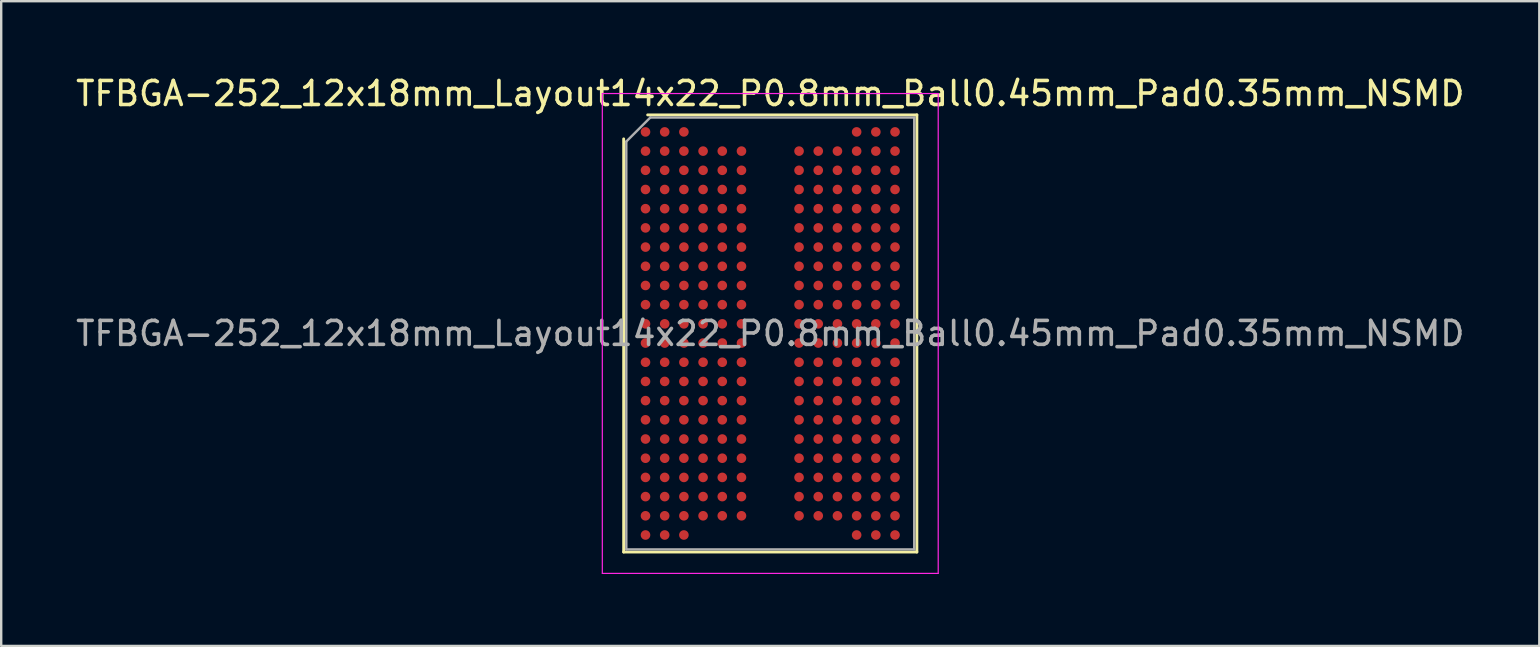
<source format=kicad_pcb>
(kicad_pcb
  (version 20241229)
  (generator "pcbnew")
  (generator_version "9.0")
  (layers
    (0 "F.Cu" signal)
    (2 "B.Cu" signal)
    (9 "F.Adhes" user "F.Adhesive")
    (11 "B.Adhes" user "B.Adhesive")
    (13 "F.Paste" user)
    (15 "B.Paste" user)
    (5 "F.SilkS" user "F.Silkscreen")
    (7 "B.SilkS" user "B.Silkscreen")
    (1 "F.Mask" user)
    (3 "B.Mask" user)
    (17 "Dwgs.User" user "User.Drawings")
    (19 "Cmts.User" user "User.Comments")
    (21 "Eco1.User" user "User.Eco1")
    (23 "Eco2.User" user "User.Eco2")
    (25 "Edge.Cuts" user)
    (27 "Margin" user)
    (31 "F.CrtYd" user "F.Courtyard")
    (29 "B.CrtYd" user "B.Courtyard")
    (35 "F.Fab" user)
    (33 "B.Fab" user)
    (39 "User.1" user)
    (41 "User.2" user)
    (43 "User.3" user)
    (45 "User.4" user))
  (footprint "TFBGA-252_12x18mm_Layout14x22_P0.8mm_Ball0.45mm_Pad0.35mm_NSMD"
    (layer "F.Cu")
    (at 29.054 10.848)
    (property "Reference" "TFBGA-252_12x18mm_Layout14x22_P0.8mm_Ball0.45mm_Pad0.35mm_NSMD" (at 0 -10 0) (layer "F.SilkS") (effects (font (size 1 1) (thickness 0.15))))
    (attr smd)
    (fp_line (start -6.11 9.11) (end -6.11 -8.11) (stroke (width 0.12) (type solid)) (layer "F.SilkS"))
    (fp_line (start -5.11 -9.11) (end 6.11 -9.11) (stroke (width 0.12) (type solid)) (layer "F.SilkS"))
    (fp_line (start 6.11 -9.11) (end 6.11 9.11) (stroke (width 0.12) (type solid)) (layer "F.SilkS"))
    (fp_line (start 6.11 9.11) (end -6.11 9.11) (stroke (width 0.12) (type solid)) (layer "F.SilkS"))
    (fp_line (start -7 -10) (end -7 10) (stroke (width 0.05) (type solid)) (layer "F.CrtYd"))
    (fp_line (start -7 10) (end 7 10) (stroke (width 0.05) (type solid)) (layer "F.CrtYd"))
    (fp_line (start 7 -10) (end -7 -10) (stroke (width 0.05) (type solid)) (layer "F.CrtYd"))
    (fp_line (start 7 10) (end 7 -10) (stroke (width 0.05) (type solid)) (layer "F.CrtYd"))
    (fp_line (start -6 -8) (end -5 -9) (stroke (width 0.1) (type solid)) (layer "F.Fab"))
    (fp_line (start -6 9) (end -6 -8) (stroke (width 0.1) (type solid)) (layer "F.Fab"))
    (fp_line (start -5 -9) (end 6 -9) (stroke (width 0.1) (type solid)) (layer "F.Fab"))
    (fp_line (start 6 -9) (end 6 9) (stroke (width 0.1) (type solid)) (layer "F.Fab"))
    (fp_line (start 6 9) (end -6 9) (stroke (width 0.1) (type solid)) (layer "F.Fab"))
    (fp_text user "${REFERENCE}" (at 0 0 0) (layer "F.Fab") (effects (font (size 1 1) (thickness 0.15))))
    (pad "A1" smd circle (at -5.2 -8.4) (size 0.4 0.4) (layers "F.Cu" "F.Mask" "F.Paste"))
    (pad "A2" smd circle (at -4.4 -8.4) (size 0.4 0.4) (layers "F.Cu" "F.Mask" "F.Paste"))
    (pad "A3" smd circle (at -3.6 -8.4) (size 0.4 0.4) (layers "F.Cu" "F.Mask" "F.Paste"))
    (pad "A12" smd circle (at 3.6 -8.4) (size 0.4 0.4) (layers "F.Cu" "F.Mask" "F.Paste"))
    (pad "A13" smd circle (at 4.4 -8.4) (size 0.4 0.4) (layers "F.Cu" "F.Mask" "F.Paste"))
    (pad "A14" smd circle (at 5.2 -8.4) (size 0.4 0.4) (layers "F.Cu" "F.Mask" "F.Paste"))
    (pad "AA1" smd circle (at -5.2 7.6) (size 0.4 0.4) (layers "F.Cu" "F.Mask" "F.Paste"))
    (pad "AA2" smd circle (at -4.4 7.6) (size 0.4 0.4) (layers "F.Cu" "F.Mask" "F.Paste"))
    (pad "AA3" smd circle (at -3.6 7.6) (size 0.4 0.4) (layers "F.Cu" "F.Mask" "F.Paste"))
    (pad "AA4" smd circle (at -2.8 7.6) (size 0.4 0.4) (layers "F.Cu" "F.Mask" "F.Paste"))
    (pad "AA5" smd circle (at -2 7.6) (size 0.4 0.4) (layers "F.Cu" "F.Mask" "F.Paste"))
    (pad "AA6" smd circle (at -1.2 7.6) (size 0.4 0.4) (layers "F.Cu" "F.Mask" "F.Paste"))
    (pad "AA9" smd circle (at 1.2 7.6) (size 0.4 0.4) (layers "F.Cu" "F.Mask" "F.Paste"))
    (pad "AA10" smd circle (at 2 7.6) (size 0.4 0.4) (layers "F.Cu" "F.Mask" "F.Paste"))
    (pad "AA11" smd circle (at 2.8 7.6) (size 0.4 0.4) (layers "F.Cu" "F.Mask" "F.Paste"))
    (pad "AA12" smd circle (at 3.6 7.6) (size 0.4 0.4) (layers "F.Cu" "F.Mask" "F.Paste"))
    (pad "AA13" smd circle (at 4.4 7.6) (size 0.4 0.4) (layers "F.Cu" "F.Mask" "F.Paste"))
    (pad "AA14" smd circle (at 5.2 7.6) (size 0.4 0.4) (layers "F.Cu" "F.Mask" "F.Paste"))
    (pad "AB1" smd circle (at -5.2 8.4) (size 0.4 0.4) (layers "F.Cu" "F.Mask" "F.Paste"))
    (pad "AB2" smd circle (at -4.4 8.4) (size 0.4 0.4) (layers "F.Cu" "F.Mask" "F.Paste"))
    (pad "AB3" smd circle (at -3.6 8.4) (size 0.4 0.4) (layers "F.Cu" "F.Mask" "F.Paste"))
    (pad "AB12" smd circle (at 3.6 8.4) (size 0.4 0.4) (layers "F.Cu" "F.Mask" "F.Paste"))
    (pad "AB13" smd circle (at 4.4 8.4) (size 0.4 0.4) (layers "F.Cu" "F.Mask" "F.Paste"))
    (pad "AB14" smd circle (at 5.2 8.4) (size 0.4 0.4) (layers "F.Cu" "F.Mask" "F.Paste"))
    (pad "B1" smd circle (at -5.2 -7.6) (size 0.4 0.4) (layers "F.Cu" "F.Mask" "F.Paste"))
    (pad "B2" smd circle (at -4.4 -7.6) (size 0.4 0.4) (layers "F.Cu" "F.Mask" "F.Paste"))
    (pad "B3" smd circle (at -3.6 -7.6) (size 0.4 0.4) (layers "F.Cu" "F.Mask" "F.Paste"))
    (pad "B4" smd circle (at -2.8 -7.6) (size 0.4 0.4) (layers "F.Cu" "F.Mask" "F.Paste"))
    (pad "B5" smd circle (at -2 -7.6) (size 0.4 0.4) (layers "F.Cu" "F.Mask" "F.Paste"))
    (pad "B6" smd circle (at -1.2 -7.6) (size 0.4 0.4) (layers "F.Cu" "F.Mask" "F.Paste"))
    (pad "B9" smd circle (at 1.2 -7.6) (size 0.4 0.4) (layers "F.Cu" "F.Mask" "F.Paste"))
    (pad "B10" smd circle (at 2 -7.6) (size 0.4 0.4) (layers "F.Cu" "F.Mask" "F.Paste"))
    (pad "B11" smd circle (at 2.8 -7.6) (size 0.4 0.4) (layers "F.Cu" "F.Mask" "F.Paste"))
    (pad "B12" smd circle (at 3.6 -7.6) (size 0.4 0.4) (layers "F.Cu" "F.Mask" "F.Paste"))
    (pad "B13" smd circle (at 4.4 -7.6) (size 0.4 0.4) (layers "F.Cu" "F.Mask" "F.Paste"))
    (pad "B14" smd circle (at 5.2 -7.6) (size 0.4 0.4) (layers "F.Cu" "F.Mask" "F.Paste"))
    (pad "C1" smd circle (at -5.2 -6.8) (size 0.4 0.4) (layers "F.Cu" "F.Mask" "F.Paste"))
    (pad "C2" smd circle (at -4.4 -6.8) (size 0.4 0.4) (layers "F.Cu" "F.Mask" "F.Paste"))
    (pad "C3" smd circle (at -3.6 -6.8) (size 0.4 0.4) (layers "F.Cu" "F.Mask" "F.Paste"))
    (pad "C4" smd circle (at -2.8 -6.8) (size 0.4 0.4) (layers "F.Cu" "F.Mask" "F.Paste"))
    (pad "C5" smd circle (at -2 -6.8) (size 0.4 0.4) (layers "F.Cu" "F.Mask" "F.Paste"))
    (pad "C6" smd circle (at -1.2 -6.8) (size 0.4 0.4) (layers "F.Cu" "F.Mask" "F.Paste"))
    (pad "C9" smd circle (at 1.2 -6.8) (size 0.4 0.4) (layers "F.Cu" "F.Mask" "F.Paste"))
    (pad "C10" smd circle (at 2 -6.8) (size 0.4 0.4) (layers "F.Cu" "F.Mask" "F.Paste"))
    (pad "C11" smd circle (at 2.8 -6.8) (size 0.4 0.4) (layers "F.Cu" "F.Mask" "F.Paste"))
    (pad "C12" smd circle (at 3.6 -6.8) (size 0.4 0.4) (layers "F.Cu" "F.Mask" "F.Paste"))
    (pad "C13" smd circle (at 4.4 -6.8) (size 0.4 0.4) (layers "F.Cu" "F.Mask" "F.Paste"))
    (pad "C14" smd circle (at 5.2 -6.8) (size 0.4 0.4) (layers "F.Cu" "F.Mask" "F.Paste"))
    (pad "D1" smd circle (at -5.2 -6) (size 0.4 0.4) (layers "F.Cu" "F.Mask" "F.Paste"))
    (pad "D2" smd circle (at -4.4 -6) (size 0.4 0.4) (layers "F.Cu" "F.Mask" "F.Paste"))
    (pad "D3" smd circle (at -3.6 -6) (size 0.4 0.4) (layers "F.Cu" "F.Mask" "F.Paste"))
    (pad "D4" smd circle (at -2.8 -6) (size 0.4 0.4) (layers "F.Cu" "F.Mask" "F.Paste"))
    (pad "D5" smd circle (at -2 -6) (size 0.4 0.4) (layers "F.Cu" "F.Mask" "F.Paste"))
    (pad "D6" smd circle (at -1.2 -6) (size 0.4 0.4) (layers "F.Cu" "F.Mask" "F.Paste"))
    (pad "D9" smd circle (at 1.2 -6) (size 0.4 0.4) (layers "F.Cu" "F.Mask" "F.Paste"))
    (pad "D10" smd circle (at 2 -6) (size 0.4 0.4) (layers "F.Cu" "F.Mask" "F.Paste"))
    (pad "D11" smd circle (at 2.8 -6) (size 0.4 0.4) (layers "F.Cu" "F.Mask" "F.Paste"))
    (pad "D12" smd circle (at 3.6 -6) (size 0.4 0.4) (layers "F.Cu" "F.Mask" "F.Paste"))
    (pad "D13" smd circle (at 4.4 -6) (size 0.4 0.4) (layers "F.Cu" "F.Mask" "F.Paste"))
    (pad "D14" smd circle (at 5.2 -6) (size 0.4 0.4) (layers "F.Cu" "F.Mask" "F.Paste"))
    (pad "E1" smd circle (at -5.2 -5.2) (size 0.4 0.4) (layers "F.Cu" "F.Mask" "F.Paste"))
    (pad "E2" smd circle (at -4.4 -5.2) (size 0.4 0.4) (layers "F.Cu" "F.Mask" "F.Paste"))
    (pad "E3" smd circle (at -3.6 -5.2) (size 0.4 0.4) (layers "F.Cu" "F.Mask" "F.Paste"))
    (pad "E4" smd circle (at -2.8 -5.2) (size 0.4 0.4) (layers "F.Cu" "F.Mask" "F.Paste"))
    (pad "E5" smd circle (at -2 -5.2) (size 0.4 0.4) (layers "F.Cu" "F.Mask" "F.Paste"))
    (pad "E6" smd circle (at -1.2 -5.2) (size 0.4 0.4) (layers "F.Cu" "F.Mask" "F.Paste"))
    (pad "E9" smd circle (at 1.2 -5.2) (size 0.4 0.4) (layers "F.Cu" "F.Mask" "F.Paste"))
    (pad "E10" smd circle (at 2 -5.2) (size 0.4 0.4) (layers "F.Cu" "F.Mask" "F.Paste"))
    (pad "E11" smd circle (at 2.8 -5.2) (size 0.4 0.4) (layers "F.Cu" "F.Mask" "F.Paste"))
    (pad "E12" smd circle (at 3.6 -5.2) (size 0.4 0.4) (layers "F.Cu" "F.Mask" "F.Paste"))
    (pad "E13" smd circle (at 4.4 -5.2) (size 0.4 0.4) (layers "F.Cu" "F.Mask" "F.Paste"))
    (pad "E14" smd circle (at 5.2 -5.2) (size 0.4 0.4) (layers "F.Cu" "F.Mask" "F.Paste"))
    (pad "F1" smd circle (at -5.2 -4.4) (size 0.4 0.4) (layers "F.Cu" "F.Mask" "F.Paste"))
    (pad "F2" smd circle (at -4.4 -4.4) (size 0.4 0.4) (layers "F.Cu" "F.Mask" "F.Paste"))
    (pad "F3" smd circle (at -3.6 -4.4) (size 0.4 0.4) (layers "F.Cu" "F.Mask" "F.Paste"))
    (pad "F4" smd circle (at -2.8 -4.4) (size 0.4 0.4) (layers "F.Cu" "F.Mask" "F.Paste"))
    (pad "F5" smd circle (at -2 -4.4) (size 0.4 0.4) (layers "F.Cu" "F.Mask" "F.Paste"))
    (pad "F6" smd circle (at -1.2 -4.4) (size 0.4 0.4) (layers "F.Cu" "F.Mask" "F.Paste"))
    (pad "F9" smd circle (at 1.2 -4.4) (size 0.4 0.4) (layers "F.Cu" "F.Mask" "F.Paste"))
    (pad "F10" smd circle (at 2 -4.4) (size 0.4 0.4) (layers "F.Cu" "F.Mask" "F.Paste"))
    (pad "F11" smd circle (at 2.8 -4.4) (size 0.4 0.4) (layers "F.Cu" "F.Mask" "F.Paste"))
    (pad "F12" smd circle (at 3.6 -4.4) (size 0.4 0.4) (layers "F.Cu" "F.Mask" "F.Paste"))
    (pad "F13" smd circle (at 4.4 -4.4) (size 0.4 0.4) (layers "F.Cu" "F.Mask" "F.Paste"))
    (pad "F14" smd circle (at 5.2 -4.4) (size 0.4 0.4) (layers "F.Cu" "F.Mask" "F.Paste"))
    (pad "G1" smd circle (at -5.2 -3.6) (size 0.4 0.4) (layers "F.Cu" "F.Mask" "F.Paste"))
    (pad "G2" smd circle (at -4.4 -3.6) (size 0.4 0.4) (layers "F.Cu" "F.Mask" "F.Paste"))
    (pad "G3" smd circle (at -3.6 -3.6) (size 0.4 0.4) (layers "F.Cu" "F.Mask" "F.Paste"))
    (pad "G4" smd circle (at -2.8 -3.6) (size 0.4 0.4) (layers "F.Cu" "F.Mask" "F.Paste"))
    (pad "G5" smd circle (at -2 -3.6) (size 0.4 0.4) (layers "F.Cu" "F.Mask" "F.Paste"))
    (pad "G6" smd circle (at -1.2 -3.6) (size 0.4 0.4) (layers "F.Cu" "F.Mask" "F.Paste"))
    (pad "G9" smd circle (at 1.2 -3.6) (size 0.4 0.4) (layers "F.Cu" "F.Mask" "F.Paste"))
    (pad "G10" smd circle (at 2 -3.6) (size 0.4 0.4) (layers "F.Cu" "F.Mask" "F.Paste"))
    (pad "G11" smd circle (at 2.8 -3.6) (size 0.4 0.4) (layers "F.Cu" "F.Mask" "F.Paste"))
    (pad "G12" smd circle (at 3.6 -3.6) (size 0.4 0.4) (layers "F.Cu" "F.Mask" "F.Paste"))
    (pad "G13" smd circle (at 4.4 -3.6) (size 0.4 0.4) (layers "F.Cu" "F.Mask" "F.Paste"))
    (pad "G14" smd circle (at 5.2 -3.6) (size 0.4 0.4) (layers "F.Cu" "F.Mask" "F.Paste"))
    (pad "H1" smd circle (at -5.2 -2.8) (size 0.4 0.4) (layers "F.Cu" "F.Mask" "F.Paste"))
    (pad "H2" smd circle (at -4.4 -2.8) (size 0.4 0.4) (layers "F.Cu" "F.Mask" "F.Paste"))
    (pad "H3" smd circle (at -3.6 -2.8) (size 0.4 0.4) (layers "F.Cu" "F.Mask" "F.Paste"))
    (pad "H4" smd circle (at -2.8 -2.8) (size 0.4 0.4) (layers "F.Cu" "F.Mask" "F.Paste"))
    (pad "H5" smd circle (at -2 -2.8) (size 0.4 0.4) (layers "F.Cu" "F.Mask" "F.Paste"))
    (pad "H6" smd circle (at -1.2 -2.8) (size 0.4 0.4) (layers "F.Cu" "F.Mask" "F.Paste"))
    (pad "H9" smd circle (at 1.2 -2.8) (size 0.4 0.4) (layers "F.Cu" "F.Mask" "F.Paste"))
    (pad "H10" smd circle (at 2 -2.8) (size 0.4 0.4) (layers "F.Cu" "F.Mask" "F.Paste"))
    (pad "H11" smd circle (at 2.8 -2.8) (size 0.4 0.4) (layers "F.Cu" "F.Mask" "F.Paste"))
    (pad "H12" smd circle (at 3.6 -2.8) (size 0.4 0.4) (layers "F.Cu" "F.Mask" "F.Paste"))
    (pad "H13" smd circle (at 4.4 -2.8) (size 0.4 0.4) (layers "F.Cu" "F.Mask" "F.Paste"))
    (pad "H14" smd circle (at 5.2 -2.8) (size 0.4 0.4) (layers "F.Cu" "F.Mask" "F.Paste"))
    (pad "J1" smd circle (at -5.2 -2) (size 0.4 0.4) (layers "F.Cu" "F.Mask" "F.Paste"))
    (pad "J2" smd circle (at -4.4 -2) (size 0.4 0.4) (layers "F.Cu" "F.Mask" "F.Paste"))
    (pad "J3" smd circle (at -3.6 -2) (size 0.4 0.4) (layers "F.Cu" "F.Mask" "F.Paste"))
    (pad "J4" smd circle (at -2.8 -2) (size 0.4 0.4) (layers "F.Cu" "F.Mask" "F.Paste"))
    (pad "J5" smd circle (at -2 -2) (size 0.4 0.4) (layers "F.Cu" "F.Mask" "F.Paste"))
    (pad "J6" smd circle (at -1.2 -2) (size 0.4 0.4) (layers "F.Cu" "F.Mask" "F.Paste"))
    (pad "J9" smd circle (at 1.2 -2) (size 0.4 0.4) (layers "F.Cu" "F.Mask" "F.Paste"))
    (pad "J10" smd circle (at 2 -2) (size 0.4 0.4) (layers "F.Cu" "F.Mask" "F.Paste"))
    (pad "J11" smd circle (at 2.8 -2) (size 0.4 0.4) (layers "F.Cu" "F.Mask" "F.Paste"))
    (pad "J12" smd circle (at 3.6 -2) (size 0.4 0.4) (layers "F.Cu" "F.Mask" "F.Paste"))
    (pad "J13" smd circle (at 4.4 -2) (size 0.4 0.4) (layers "F.Cu" "F.Mask" "F.Paste"))
    (pad "J14" smd circle (at 5.2 -2) (size 0.4 0.4) (layers "F.Cu" "F.Mask" "F.Paste"))
    (pad "K1" smd circle (at -5.2 -1.2) (size 0.4 0.4) (layers "F.Cu" "F.Mask" "F.Paste"))
    (pad "K2" smd circle (at -4.4 -1.2) (size 0.4 0.4) (layers "F.Cu" "F.Mask" "F.Paste"))
    (pad "K3" smd circle (at -3.6 -1.2) (size 0.4 0.4) (layers "F.Cu" "F.Mask" "F.Paste"))
    (pad "K4" smd circle (at -2.8 -1.2) (size 0.4 0.4) (layers "F.Cu" "F.Mask" "F.Paste"))
    (pad "K5" smd circle (at -2 -1.2) (size 0.4 0.4) (layers "F.Cu" "F.Mask" "F.Paste"))
    (pad "K6" smd circle (at -1.2 -1.2) (size 0.4 0.4) (layers "F.Cu" "F.Mask" "F.Paste"))
    (pad "K9" smd circle (at 1.2 -1.2) (size 0.4 0.4) (layers "F.Cu" "F.Mask" "F.Paste"))
    (pad "K10" smd circle (at 2 -1.2) (size 0.4 0.4) (layers "F.Cu" "F.Mask" "F.Paste"))
    (pad "K11" smd circle (at 2.8 -1.2) (size 0.4 0.4) (layers "F.Cu" "F.Mask" "F.Paste"))
    (pad "K12" smd circle (at 3.6 -1.2) (size 0.4 0.4) (layers "F.Cu" "F.Mask" "F.Paste"))
    (pad "K13" smd circle (at 4.4 -1.2) (size 0.4 0.4) (layers "F.Cu" "F.Mask" "F.Paste"))
    (pad "K14" smd circle (at 5.2 -1.2) (size 0.4 0.4) (layers "F.Cu" "F.Mask" "F.Paste"))
    (pad "L1" smd circle (at -5.2 -0.4) (size 0.4 0.4) (layers "F.Cu" "F.Mask" "F.Paste"))
    (pad "L2" smd circle (at -4.4 -0.4) (size 0.4 0.4) (layers "F.Cu" "F.Mask" "F.Paste"))
    (pad "L3" smd circle (at -3.6 -0.4) (size 0.4 0.4) (layers "F.Cu" "F.Mask" "F.Paste"))
    (pad "L4" smd circle (at -2.8 -0.4) (size 0.4 0.4) (layers "F.Cu" "F.Mask" "F.Paste"))
    (pad "L5" smd circle (at -2 -0.4) (size 0.4 0.4) (layers "F.Cu" "F.Mask" "F.Paste"))
    (pad "L6" smd circle (at -1.2 -0.4) (size 0.4 0.4) (layers "F.Cu" "F.Mask" "F.Paste"))
    (pad "L9" smd circle (at 1.2 -0.4) (size 0.4 0.4) (layers "F.Cu" "F.Mask" "F.Paste"))
    (pad "L10" smd circle (at 2 -0.4) (size 0.4 0.4) (layers "F.Cu" "F.Mask" "F.Paste"))
    (pad "L11" smd circle (at 2.8 -0.4) (size 0.4 0.4) (layers "F.Cu" "F.Mask" "F.Paste"))
    (pad "L12" smd circle (at 3.6 -0.4) (size 0.4 0.4) (layers "F.Cu" "F.Mask" "F.Paste"))
    (pad "L13" smd circle (at 4.4 -0.4) (size 0.4 0.4) (layers "F.Cu" "F.Mask" "F.Paste"))
    (pad "L14" smd circle (at 5.2 -0.4) (size 0.4 0.4) (layers "F.Cu" "F.Mask" "F.Paste"))
    (pad "M1" smd circle (at -5.2 0.4) (size 0.4 0.4) (layers "F.Cu" "F.Mask" "F.Paste"))
    (pad "M2" smd circle (at -4.4 0.4) (size 0.4 0.4) (layers "F.Cu" "F.Mask" "F.Paste"))
    (pad "M3" smd circle (at -3.6 0.4) (size 0.4 0.4) (layers "F.Cu" "F.Mask" "F.Paste"))
    (pad "M4" smd circle (at -2.8 0.4) (size 0.4 0.4) (layers "F.Cu" "F.Mask" "F.Paste"))
    (pad "M5" smd circle (at -2 0.4) (size 0.4 0.4) (layers "F.Cu" "F.Mask" "F.Paste"))
    (pad "M6" smd circle (at -1.2 0.4) (size 0.4 0.4) (layers "F.Cu" "F.Mask" "F.Paste"))
    (pad "M9" smd circle (at 1.2 0.4) (size 0.4 0.4) (layers "F.Cu" "F.Mask" "F.Paste"))
    (pad "M10" smd circle (at 2 0.4) (size 0.4 0.4) (layers "F.Cu" "F.Mask" "F.Paste"))
    (pad "M11" smd circle (at 2.8 0.4) (size 0.4 0.4) (layers "F.Cu" "F.Mask" "F.Paste"))
    (pad "M12" smd circle (at 3.6 0.4) (size 0.4 0.4) (layers "F.Cu" "F.Mask" "F.Paste"))
    (pad "M13" smd circle (at 4.4 0.4) (size 0.4 0.4) (layers "F.Cu" "F.Mask" "F.Paste"))
    (pad "M14" smd circle (at 5.2 0.4) (size 0.4 0.4) (layers "F.Cu" "F.Mask" "F.Paste"))
    (pad "N1" smd circle (at -5.2 1.2) (size 0.4 0.4) (layers "F.Cu" "F.Mask" "F.Paste"))
    (pad "N2" smd circle (at -4.4 1.2) (size 0.4 0.4) (layers "F.Cu" "F.Mask" "F.Paste"))
    (pad "N3" smd circle (at -3.6 1.2) (size 0.4 0.4) (layers "F.Cu" "F.Mask" "F.Paste"))
    (pad "N4" smd circle (at -2.8 1.2) (size 0.4 0.4) (layers "F.Cu" "F.Mask" "F.Paste"))
    (pad "N5" smd circle (at -2 1.2) (size 0.4 0.4) (layers "F.Cu" "F.Mask" "F.Paste"))
    (pad "N6" smd circle (at -1.2 1.2) (size 0.4 0.4) (layers "F.Cu" "F.Mask" "F.Paste"))
    (pad "N9" smd circle (at 1.2 1.2) (size 0.4 0.4) (layers "F.Cu" "F.Mask" "F.Paste"))
    (pad "N10" smd circle (at 2 1.2) (size 0.4 0.4) (layers "F.Cu" "F.Mask" "F.Paste"))
    (pad "N11" smd circle (at 2.8 1.2) (size 0.4 0.4) (layers "F.Cu" "F.Mask" "F.Paste"))
    (pad "N12" smd circle (at 3.6 1.2) (size 0.4 0.4) (layers "F.Cu" "F.Mask" "F.Paste"))
    (pad "N13" smd circle (at 4.4 1.2) (size 0.4 0.4) (layers "F.Cu" "F.Mask" "F.Paste"))
    (pad "N14" smd circle (at 5.2 1.2) (size 0.4 0.4) (layers "F.Cu" "F.Mask" "F.Paste"))
    (pad "P1" smd circle (at -5.2 2) (size 0.4 0.4) (layers "F.Cu" "F.Mask" "F.Paste"))
    (pad "P2" smd circle (at -4.4 2) (size 0.4 0.4) (layers "F.Cu" "F.Mask" "F.Paste"))
    (pad "P3" smd circle (at -3.6 2) (size 0.4 0.4) (layers "F.Cu" "F.Mask" "F.Paste"))
    (pad "P4" smd circle (at -2.8 2) (size 0.4 0.4) (layers "F.Cu" "F.Mask" "F.Paste"))
    (pad "P5" smd circle (at -2 2) (size 0.4 0.4) (layers "F.Cu" "F.Mask" "F.Paste"))
    (pad "P6" smd circle (at -1.2 2) (size 0.4 0.4) (layers "F.Cu" "F.Mask" "F.Paste"))
    (pad "P9" smd circle (at 1.2 2) (size 0.4 0.4) (layers "F.Cu" "F.Mask" "F.Paste"))
    (pad "P10" smd circle (at 2 2) (size 0.4 0.4) (layers "F.Cu" "F.Mask" "F.Paste"))
    (pad "P11" smd circle (at 2.8 2) (size 0.4 0.4) (layers "F.Cu" "F.Mask" "F.Paste"))
    (pad "P12" smd circle (at 3.6 2) (size 0.4 0.4) (layers "F.Cu" "F.Mask" "F.Paste"))
    (pad "P13" smd circle (at 4.4 2) (size 0.4 0.4) (layers "F.Cu" "F.Mask" "F.Paste"))
    (pad "P14" smd circle (at 5.2 2) (size 0.4 0.4) (layers "F.Cu" "F.Mask" "F.Paste"))
    (pad "R1" smd circle (at -5.2 2.8) (size 0.4 0.4) (layers "F.Cu" "F.Mask" "F.Paste"))
    (pad "R2" smd circle (at -4.4 2.8) (size 0.4 0.4) (layers "F.Cu" "F.Mask" "F.Paste"))
    (pad "R3" smd circle (at -3.6 2.8) (size 0.4 0.4) (layers "F.Cu" "F.Mask" "F.Paste"))
    (pad "R4" smd circle (at -2.8 2.8) (size 0.4 0.4) (layers "F.Cu" "F.Mask" "F.Paste"))
    (pad "R5" smd circle (at -2 2.8) (size 0.4 0.4) (layers "F.Cu" "F.Mask" "F.Paste"))
    (pad "R6" smd circle (at -1.2 2.8) (size 0.4 0.4) (layers "F.Cu" "F.Mask" "F.Paste"))
    (pad "R9" smd circle (at 1.2 2.8) (size 0.4 0.4) (layers "F.Cu" "F.Mask" "F.Paste"))
    (pad "R10" smd circle (at 2 2.8) (size 0.4 0.4) (layers "F.Cu" "F.Mask" "F.Paste"))
    (pad "R11" smd circle (at 2.8 2.8) (size 0.4 0.4) (layers "F.Cu" "F.Mask" "F.Paste"))
    (pad "R12" smd circle (at 3.6 2.8) (size 0.4 0.4) (layers "F.Cu" "F.Mask" "F.Paste"))
    (pad "R13" smd circle (at 4.4 2.8) (size 0.4 0.4) (layers "F.Cu" "F.Mask" "F.Paste"))
    (pad "R14" smd circle (at 5.2 2.8) (size 0.4 0.4) (layers "F.Cu" "F.Mask" "F.Paste"))
    (pad "T1" smd circle (at -5.2 3.6) (size 0.4 0.4) (layers "F.Cu" "F.Mask" "F.Paste"))
    (pad "T2" smd circle (at -4.4 3.6) (size 0.4 0.4) (layers "F.Cu" "F.Mask" "F.Paste"))
    (pad "T3" smd circle (at -3.6 3.6) (size 0.4 0.4) (layers "F.Cu" "F.Mask" "F.Paste"))
    (pad "T4" smd circle (at -2.8 3.6) (size 0.4 0.4) (layers "F.Cu" "F.Mask" "F.Paste"))
    (pad "T5" smd circle (at -2 3.6) (size 0.4 0.4) (layers "F.Cu" "F.Mask" "F.Paste"))
    (pad "T6" smd circle (at -1.2 3.6) (size 0.4 0.4) (layers "F.Cu" "F.Mask" "F.Paste"))
    (pad "T9" smd circle (at 1.2 3.6) (size 0.4 0.4) (layers "F.Cu" "F.Mask" "F.Paste"))
    (pad "T10" smd circle (at 2 3.6) (size 0.4 0.4) (layers "F.Cu" "F.Mask" "F.Paste"))
    (pad "T11" smd circle (at 2.8 3.6) (size 0.4 0.4) (layers "F.Cu" "F.Mask" "F.Paste"))
    (pad "T12" smd circle (at 3.6 3.6) (size 0.4 0.4) (layers "F.Cu" "F.Mask" "F.Paste"))
    (pad "T13" smd circle (at 4.4 3.6) (size 0.4 0.4) (layers "F.Cu" "F.Mask" "F.Paste"))
    (pad "T14" smd circle (at 5.2 3.6) (size 0.4 0.4) (layers "F.Cu" "F.Mask" "F.Paste"))
    (pad "U1" smd circle (at -5.2 4.4) (size 0.4 0.4) (layers "F.Cu" "F.Mask" "F.Paste"))
    (pad "U2" smd circle (at -4.4 4.4) (size 0.4 0.4) (layers "F.Cu" "F.Mask" "F.Paste"))
    (pad "U3" smd circle (at -3.6 4.4) (size 0.4 0.4) (layers "F.Cu" "F.Mask" "F.Paste"))
    (pad "U4" smd circle (at -2.8 4.4) (size 0.4 0.4) (layers "F.Cu" "F.Mask" "F.Paste"))
    (pad "U5" smd circle (at -2 4.4) (size 0.4 0.4) (layers "F.Cu" "F.Mask" "F.Paste"))
    (pad "U6" smd circle (at -1.2 4.4) (size 0.4 0.4) (layers "F.Cu" "F.Mask" "F.Paste"))
    (pad "U9" smd circle (at 1.2 4.4) (size 0.4 0.4) (layers "F.Cu" "F.Mask" "F.Paste"))
    (pad "U10" smd circle (at 2 4.4) (size 0.4 0.4) (layers "F.Cu" "F.Mask" "F.Paste"))
    (pad "U11" smd circle (at 2.8 4.4) (size 0.4 0.4) (layers "F.Cu" "F.Mask" "F.Paste"))
    (pad "U12" smd circle (at 3.6 4.4) (size 0.4 0.4) (layers "F.Cu" "F.Mask" "F.Paste"))
    (pad "U13" smd circle (at 4.4 4.4) (size 0.4 0.4) (layers "F.Cu" "F.Mask" "F.Paste"))
    (pad "U14" smd circle (at 5.2 4.4) (size 0.4 0.4) (layers "F.Cu" "F.Mask" "F.Paste"))
    (pad "V1" smd circle (at -5.2 5.2) (size 0.4 0.4) (layers "F.Cu" "F.Mask" "F.Paste"))
    (pad "V2" smd circle (at -4.4 5.2) (size 0.4 0.4) (layers "F.Cu" "F.Mask" "F.Paste"))
    (pad "V3" smd circle (at -3.6 5.2) (size 0.4 0.4) (layers "F.Cu" "F.Mask" "F.Paste"))
    (pad "V4" smd circle (at -2.8 5.2) (size 0.4 0.4) (layers "F.Cu" "F.Mask" "F.Paste"))
    (pad "V5" smd circle (at -2 5.2) (size 0.4 0.4) (layers "F.Cu" "F.Mask" "F.Paste"))
    (pad "V6" smd circle (at -1.2 5.2) (size 0.4 0.4) (layers "F.Cu" "F.Mask" "F.Paste"))
    (pad "V9" smd circle (at 1.2 5.2) (size 0.4 0.4) (layers "F.Cu" "F.Mask" "F.Paste"))
    (pad "V10" smd circle (at 2 5.2) (size 0.4 0.4) (layers "F.Cu" "F.Mask" "F.Paste"))
    (pad "V11" smd circle (at 2.8 5.2) (size 0.4 0.4) (layers "F.Cu" "F.Mask" "F.Paste"))
    (pad "V12" smd circle (at 3.6 5.2) (size 0.4 0.4) (layers "F.Cu" "F.Mask" "F.Paste"))
    (pad "V13" smd circle (at 4.4 5.2) (size 0.4 0.4) (layers "F.Cu" "F.Mask" "F.Paste"))
    (pad "V14" smd circle (at 5.2 5.2) (size 0.4 0.4) (layers "F.Cu" "F.Mask" "F.Paste"))
    (pad "W1" smd circle (at -5.2 6) (size 0.4 0.4) (layers "F.Cu" "F.Mask" "F.Paste"))
    (pad "W2" smd circle (at -4.4 6) (size 0.4 0.4) (layers "F.Cu" "F.Mask" "F.Paste"))
    (pad "W3" smd circle (at -3.6 6) (size 0.4 0.4) (layers "F.Cu" "F.Mask" "F.Paste"))
    (pad "W4" smd circle (at -2.8 6) (size 0.4 0.4) (layers "F.Cu" "F.Mask" "F.Paste"))
    (pad "W5" smd circle (at -2 6) (size 0.4 0.4) (layers "F.Cu" "F.Mask" "F.Paste"))
    (pad "W6" smd circle (at -1.2 6) (size 0.4 0.4) (layers "F.Cu" "F.Mask" "F.Paste"))
    (pad "W9" smd circle (at 1.2 6) (size 0.4 0.4) (layers "F.Cu" "F.Mask" "F.Paste"))
    (pad "W10" smd circle (at 2 6) (size 0.4 0.4) (layers "F.Cu" "F.Mask" "F.Paste"))
    (pad "W11" smd circle (at 2.8 6) (size 0.4 0.4) (layers "F.Cu" "F.Mask" "F.Paste"))
    (pad "W12" smd circle (at 3.6 6) (size 0.4 0.4) (layers "F.Cu" "F.Mask" "F.Paste"))
    (pad "W13" smd circle (at 4.4 6) (size 0.4 0.4) (layers "F.Cu" "F.Mask" "F.Paste"))
    (pad "W14" smd circle (at 5.2 6) (size 0.4 0.4) (layers "F.Cu" "F.Mask" "F.Paste"))
    (pad "Y1" smd circle (at -5.2 6.8) (size 0.4 0.4) (layers "F.Cu" "F.Mask" "F.Paste"))
    (pad "Y2" smd circle (at -4.4 6.8) (size 0.4 0.4) (layers "F.Cu" "F.Mask" "F.Paste"))
    (pad "Y3" smd circle (at -3.6 6.8) (size 0.4 0.4) (layers "F.Cu" "F.Mask" "F.Paste"))
    (pad "Y4" smd circle (at -2.8 6.8) (size 0.4 0.4) (layers "F.Cu" "F.Mask" "F.Paste"))
    (pad "Y5" smd circle (at -2 6.8) (size 0.4 0.4) (layers "F.Cu" "F.Mask" "F.Paste"))
    (pad "Y6" smd circle (at -1.2 6.8) (size 0.4 0.4) (layers "F.Cu" "F.Mask" "F.Paste"))
    (pad "Y9" smd circle (at 1.2 6.8) (size 0.4 0.4) (layers "F.Cu" "F.Mask" "F.Paste"))
    (pad "Y10" smd circle (at 2 6.8) (size 0.4 0.4) (layers "F.Cu" "F.Mask" "F.Paste"))
    (pad "Y11" smd circle (at 2.8 6.8) (size 0.4 0.4) (layers "F.Cu" "F.Mask" "F.Paste"))
    (pad "Y12" smd circle (at 3.6 6.8) (size 0.4 0.4) (layers "F.Cu" "F.Mask" "F.Paste"))
    (pad "Y13" smd circle (at 4.4 6.8) (size 0.4 0.4) (layers "F.Cu" "F.Mask" "F.Paste"))
    (pad "Y14" smd circle (at 5.2 6.8) (size 0.4 0.4) (layers "F.Cu" "F.Mask" "F.Paste")))
  (gr_rect
    (start -3 -3)
    (end 61.107 23.873)
    (stroke (width 0.1) (type default))
    (fill no)
    (layer "Edge.Cuts")))
</source>
